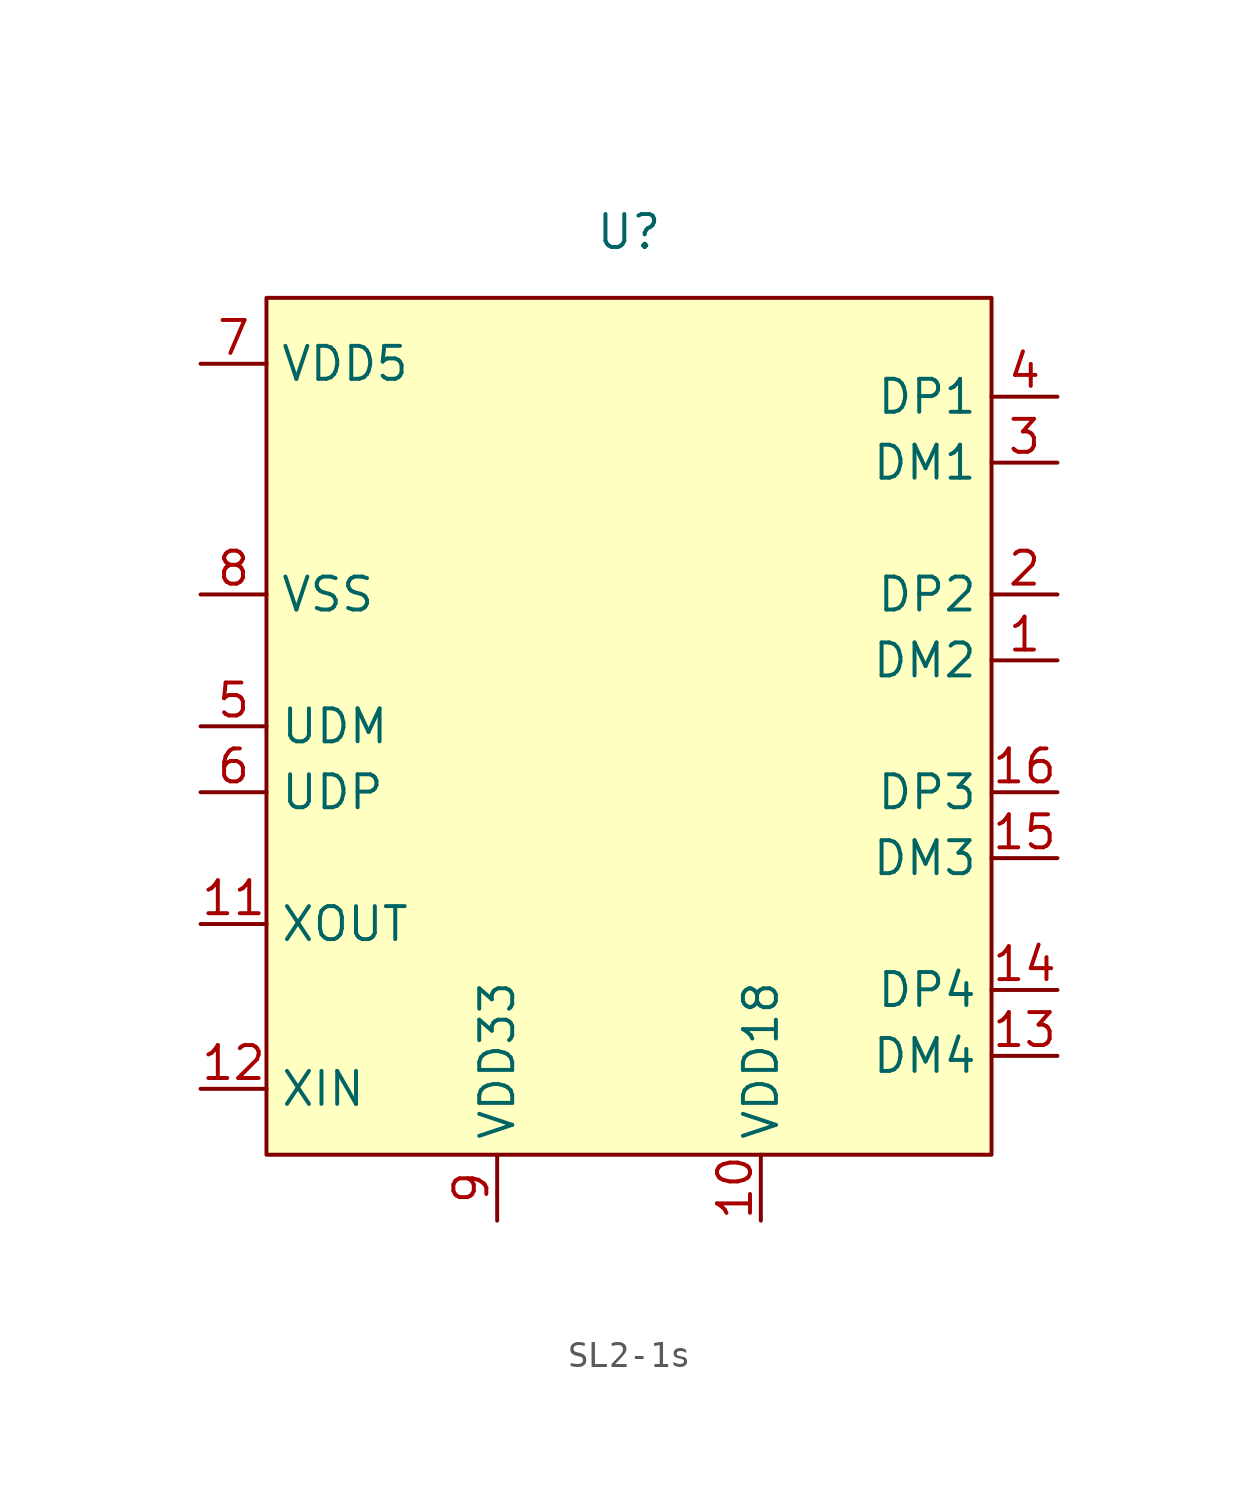
<source format=kicad_sym>
(kicad_symbol_lib
  (version 20220914)
  (generator kicad_symbol_editor)
  (symbol "SL2-1s"
    (property "Reference" "U"
      (at 0 17.78 0)
      (effects (font (size 1.27 1.27))))
    (property "Value" ""
      (at 0 13.97 0)
      (effects (font (size 1.27 1.27))))
    (symbol "SL2-1s_1_1"
      (rectangle (start -13.97 15.24) (end 13.97 -17.78) (stroke (width 0) (type default)) (fill (type background)))
      (pin input line (at 16.51 1.27 180) (length 2.54) (name "DM2" (effects (font (size 1.27 1.27)))) (number "1" (effects (font (size 1.27 1.27)))))
      (pin input line (at 5.08 -20.32 90) (length 2.54) (name "VDD18" (effects (font (size 1.27 1.27)))) (number "10" (effects (font (size 1.27 1.27)))))
      (pin input line (at -16.51 -8.89 0) (length 2.54) (name "XOUT" (effects (font (size 1.27 1.27)))) (number "11" (effects (font (size 1.27 1.27)))))
      (pin input line (at -16.51 -15.24 0) (length 2.54) (name "XIN" (effects (font (size 1.27 1.27)))) (number "12" (effects (font (size 1.27 1.27)))))
      (pin input line (at 16.51 -13.97 180) (length 2.54) (name "DM4" (effects (font (size 1.27 1.27)))) (number "13" (effects (font (size 1.27 1.27)))))
      (pin input line (at 16.51 -11.43 180) (length 2.54) (name "DP4" (effects (font (size 1.27 1.27)))) (number "14" (effects (font (size 1.27 1.27)))))
      (pin input line (at 16.51 -6.35 180) (length 2.54) (name "DM3" (effects (font (size 1.27 1.27)))) (number "15" (effects (font (size 1.27 1.27)))))
      (pin input line (at 16.51 -3.81 180) (length 2.54) (name "DP3" (effects (font (size 1.27 1.27)))) (number "16" (effects (font (size 1.27 1.27)))))
      (pin input line (at 16.51 3.81 180) (length 2.54) (name "DP2" (effects (font (size 1.27 1.27)))) (number "2" (effects (font (size 1.27 1.27)))))
      (pin input line (at 16.51 8.89 180) (length 2.54) (name "DM1" (effects (font (size 1.27 1.27)))) (number "3" (effects (font (size 1.27 1.27)))))
      (pin input line (at 16.51 11.43 180) (length 2.54) (name "DP1" (effects (font (size 1.27 1.27)))) (number "4" (effects (font (size 1.27 1.27)))))
      (pin input line (at -16.51 -1.27 0) (length 2.54) (name "UDM" (effects (font (size 1.27 1.27)))) (number "5" (effects (font (size 1.27 1.27)))))
      (pin input line (at -16.51 -3.81 0) (length 2.54) (name "UDP" (effects (font (size 1.27 1.27)))) (number "6" (effects (font (size 1.27 1.27)))))
      (pin input line (at -16.51 12.7 0) (length 2.54) (name "VDD5" (effects (font (size 1.27 1.27)))) (number "7" (effects (font (size 1.27 1.27)))))
      (pin input line (at -16.51 3.81 0) (length 2.54) (name "VSS" (effects (font (size 1.27 1.27)))) (number "8" (effects (font (size 1.27 1.27)))))
      (pin input line (at -5.08 -20.32 90) (length 2.54) (name "VDD33" (effects (font (size 1.27 1.27)))) (number "9" (effects (font (size 1.27 1.27))))))))
</source>
